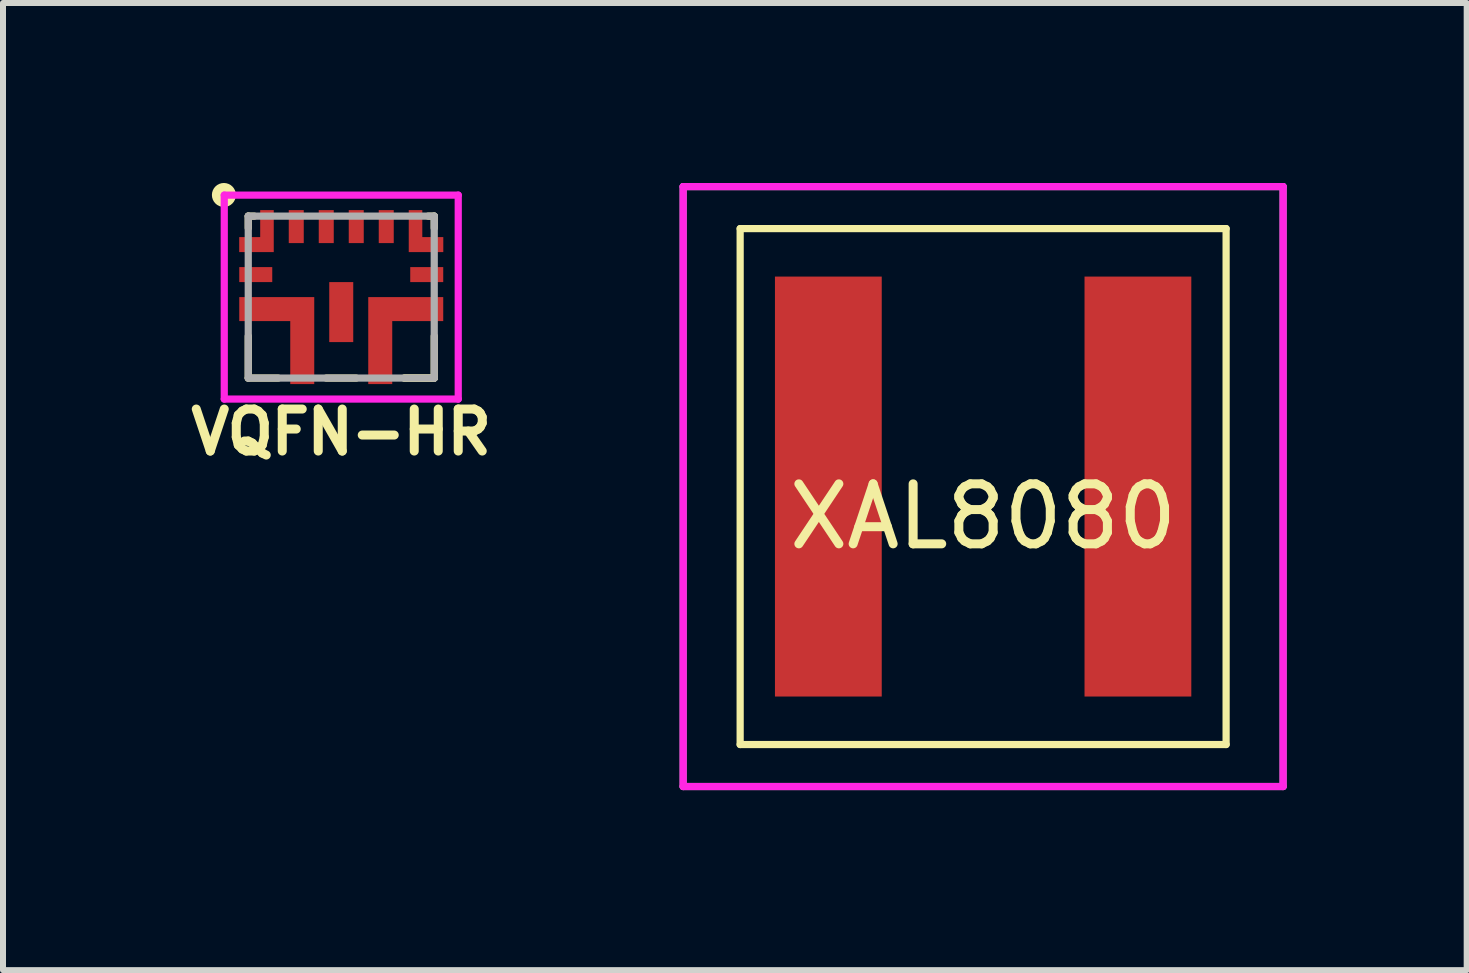
<source format=kicad_pcb>
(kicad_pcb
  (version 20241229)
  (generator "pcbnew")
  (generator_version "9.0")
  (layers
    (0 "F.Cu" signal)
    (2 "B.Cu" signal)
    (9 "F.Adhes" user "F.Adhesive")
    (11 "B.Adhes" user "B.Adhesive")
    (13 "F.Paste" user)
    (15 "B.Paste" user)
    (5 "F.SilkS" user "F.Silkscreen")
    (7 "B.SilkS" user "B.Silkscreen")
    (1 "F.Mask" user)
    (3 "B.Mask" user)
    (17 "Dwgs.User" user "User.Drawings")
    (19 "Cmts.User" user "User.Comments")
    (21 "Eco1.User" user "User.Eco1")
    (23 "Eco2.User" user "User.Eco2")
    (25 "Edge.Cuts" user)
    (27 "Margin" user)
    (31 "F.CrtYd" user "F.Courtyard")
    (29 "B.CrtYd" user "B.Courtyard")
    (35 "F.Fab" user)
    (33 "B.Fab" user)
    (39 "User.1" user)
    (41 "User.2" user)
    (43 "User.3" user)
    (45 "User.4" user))
  (footprint "XAL8080"
    (layer "F.Cu")
    (at 13.337 5.06)
    (property "Reference" "XAL8080" (at 0 0.5 0) (layer "F.SilkS") (effects (font (size 1 1) (thickness 0.15))))
    (attr through_hole)
    (fp_line (start -4.05 -4.3) (end 4.05 -4.3) (stroke (width 0.12) (type solid)) (layer "F.SilkS"))
    (fp_line (start -4.05 4.3) (end -4.05 -4.3) (stroke (width 0.12) (type solid)) (layer "F.SilkS"))
    (fp_line (start 4.05 -4.3) (end 4.05 4.3) (stroke (width 0.12) (type solid)) (layer "F.SilkS"))
    (fp_line (start 4.05 4.3) (end -4.05 4.3) (stroke (width 0.12) (type solid)) (layer "F.SilkS"))
    (fp_line (start -5 -5) (end 5 -5) (stroke (width 0.12) (type solid)) (layer "F.CrtYd"))
    (fp_line (start -5 5) (end -5 -5) (stroke (width 0.12) (type solid)) (layer "F.CrtYd"))
    (fp_line (start 5 -5) (end 5 5) (stroke (width 0.12) (type solid)) (layer "F.CrtYd"))
    (fp_line (start 5 5) (end -5 5) (stroke (width 0.12) (type solid)) (layer "F.CrtYd"))
    (fp_line (start -5 -5) (end 5 -5) (stroke (width 0.12) (type solid)) (layer "F.Fab"))
    (fp_line (start -5 5) (end -5 -5) (stroke (width 0.12) (type solid)) (layer "F.Fab"))
    (fp_line (start 5 -5) (end 5 5) (stroke (width 0.12) (type solid)) (layer "F.Fab"))
    (fp_line (start 5 5) (end -5 5) (stroke (width 0.12) (type solid)) (layer "F.Fab"))
    (pad "1" smd rect (at -2.58 0) (size 1.78 7) (layers "F.Cu" "F.Mask" "F.Paste"))
    (pad "2" smd rect (at 2.58 0) (size 1.78 7) (layers "F.Cu" "F.Mask" "F.Paste")))
  (footprint "VQFN-HR"
    (layer "F.Cu")
    (at 2.638 1.902)
    (property "Reference" "VQFN-HR" (at 0 2.25 0) (layer "F.SilkS") (effects (font (size 0.7 0.7) (thickness 0.15))))
    (attr through_hole)
    (fp_line (start -1.55 -1.35) (end -1.55 -1.15) (stroke (width 0.12) (type solid)) (layer "F.SilkS"))
    (fp_line (start -1.55 0.65) (end -1.55 1.35) (stroke (width 0.12) (type solid)) (layer "F.SilkS"))
    (fp_line (start -1.55 1.35) (end -1.05 1.35) (stroke (width 0.12) (type solid)) (layer "F.SilkS"))
    (fp_line (start -1.45 -1.35) (end -1.55 -1.35) (stroke (width 0.12) (type solid)) (layer "F.SilkS"))
    (fp_line (start -0.25 1.35) (end 0.25 1.35) (stroke (width 0.12) (type solid)) (layer "F.SilkS"))
    (fp_line (start 1.05 1.35) (end 1.55 1.35) (stroke (width 0.12) (type solid)) (layer "F.SilkS"))
    (fp_line (start 1.45 -1.35) (end 1.55 -1.35) (stroke (width 0.12) (type solid)) (layer "F.SilkS"))
    (fp_line (start 1.55 -1.35) (end 1.55 -1.15) (stroke (width 0.12) (type solid)) (layer "F.SilkS"))
    (fp_line (start 1.55 1.35) (end 1.05 1.35) (stroke (width 0.12) (type solid)) (layer "F.SilkS"))
    (fp_line (start 1.55 1.35) (end 1.55 0.65) (stroke (width 0.12) (type solid)) (layer "F.SilkS"))
    (fp_circle (center -1.956 -1.702) (end -1.856 -1.702) (stroke (width 0.2) (type solid)) (fill no) (layer "F.SilkS"))
    (fp_line (start -1.95 -1.7) (end -1.95 1.7) (stroke (width 0.12) (type solid)) (layer "F.CrtYd"))
    (fp_line (start -1.95 1.7) (end 1.95 1.7) (stroke (width 0.12) (type solid)) (layer "F.CrtYd"))
    (fp_line (start 1.95 -1.7) (end -1.95 -1.7) (stroke (width 0.12) (type solid)) (layer "F.CrtYd"))
    (fp_line (start 1.95 1.7) (end 1.95 -1.7) (stroke (width 0.12) (type solid)) (layer "F.CrtYd"))
    (fp_line (start -1.55 -1.35) (end -1.55 1.35) (stroke (width 0.12) (type solid)) (layer "F.Fab"))
    (fp_line (start -1.55 1.35) (end 1.55 1.35) (stroke (width 0.12) (type solid)) (layer "F.Fab"))
    (fp_line (start 1.55 -1.35) (end -1.55 -1.35) (stroke (width 0.12) (type solid)) (layer "F.Fab"))
    (fp_line (start 1.55 1.35) (end 1.55 -1.35) (stroke (width 0.12) (type solid)) (layer "F.Fab"))
    (pad "1" smd custom (at -1.238 -0.875) (size 0.1 0.1) (layers "F.Cu" "F.Mask" "F.Paste") (options (anchor rect)) (primitives (gr_poly (pts (xy 0.113 0.125) (xy -0.463 0.125) (xy -0.463 -0.125) (xy -0.113 -0.125) (xy -0.113 -0.575) (xy 0.113 -0.575)) (width 0) (fill yes))))
    (pad "2" smd rect (at -1.425 -0.375) (size 0.55 0.25) (layers "F.Cu" "F.Mask" "F.Paste"))
    (pad "3" smd custom (at -0.65 0.2) (size 0.1 0.1) (layers "F.Cu" "F.Mask" "F.Paste") (options (anchor rect)) (primitives (gr_poly (pts (xy 0.2 -0.2) (xy -1.05 -0.2) (xy -1.05 0.2) (xy -0.2 0.2) (xy -0.2 1.25) (xy 0.2 1.25)) (width 0) (fill yes))))
    (pad "4" smd rect (at 0 0.25) (size 0.4 1) (layers "F.Cu" "F.Mask" "F.Paste"))
    (pad "5" smd custom (at 0.65 0.2) (size 0.1 0.1) (layers "F.Cu" "F.Mask" "F.Paste") (options (anchor rect)) (primitives (gr_poly (pts (xy -0.2 -0.2) (xy 1.05 -0.2) (xy 1.05 0.2) (xy 0.2 0.2) (xy 0.2 1.25) (xy -0.2 1.25)) (width 0) (fill yes))))
    (pad "6" smd rect (at 1.425 -0.375) (size 0.55 0.25) (layers "F.Cu" "F.Mask" "F.Paste"))
    (pad "7" smd custom (at 1.238 -0.875) (size 0.1 0.1) (layers "F.Cu" "F.Mask" "F.Paste") (options (anchor rect)) (primitives (gr_poly (pts (xy -0.113 0.125) (xy 0.463 0.125) (xy 0.463 -0.125) (xy 0.113 -0.125) (xy 0.113 -0.575) (xy -0.113 -0.575)) (width 0) (fill yes))))
    (pad "8" smd rect (at 0.75 -1.175) (size 0.25 0.55) (layers "F.Cu" "F.Mask" "F.Paste"))
    (pad "9" smd rect (at 0.25 -1.175) (size 0.25 0.55) (layers "F.Cu" "F.Mask" "F.Paste"))
    (pad "10" smd rect (at -0.25 -1.175) (size 0.25 0.55) (layers "F.Cu" "F.Mask" "F.Paste"))
    (pad "11" smd rect (at -0.75 -1.175) (size 0.25 0.55) (layers "F.Cu" "F.Mask" "F.Paste")))
  (gr_rect
    (start -3 -3)
    (end 21.397 13.12)
    (stroke (width 0.1) (type default))
    (fill no)
    (layer "Edge.Cuts")))
</source>
